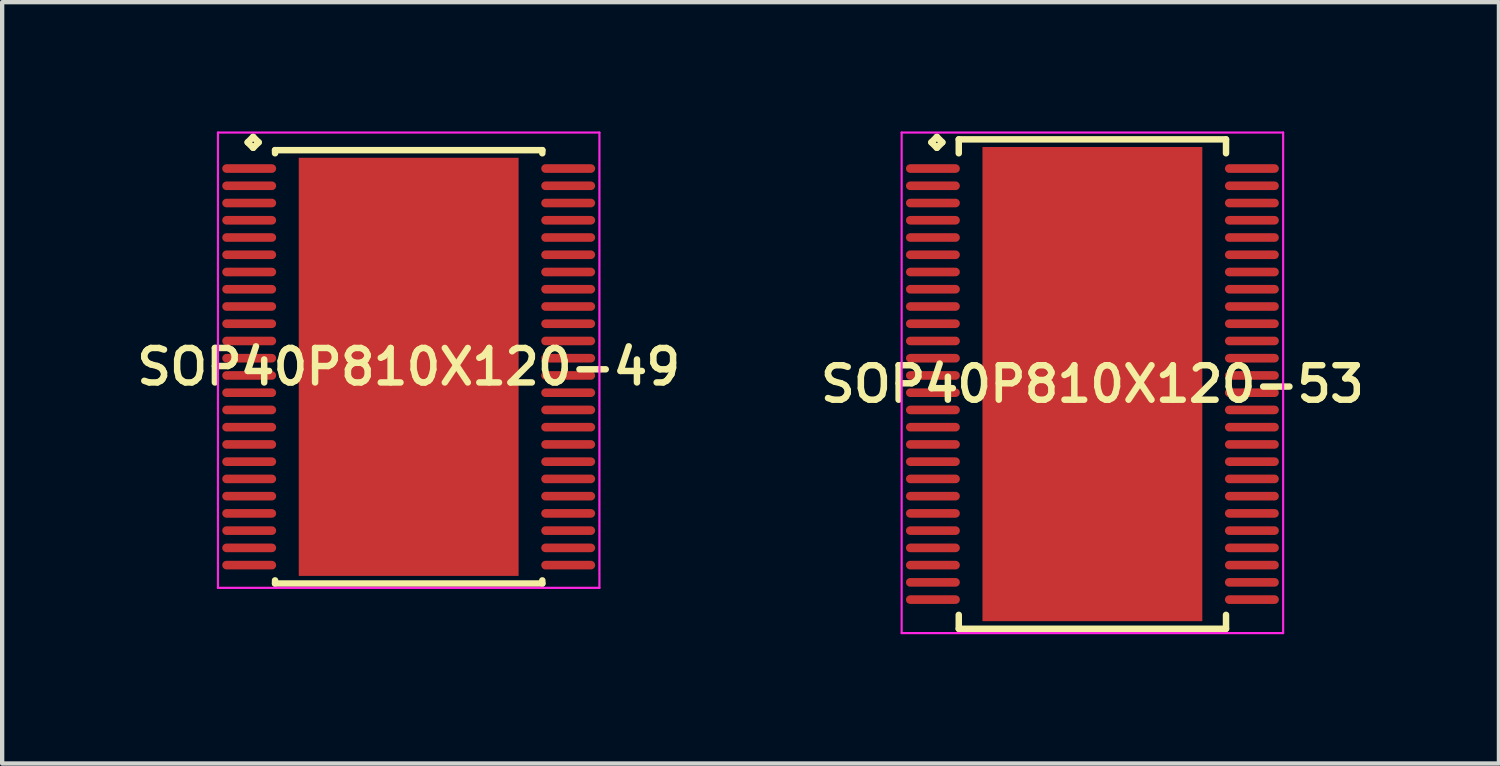
<source format=kicad_pcb>
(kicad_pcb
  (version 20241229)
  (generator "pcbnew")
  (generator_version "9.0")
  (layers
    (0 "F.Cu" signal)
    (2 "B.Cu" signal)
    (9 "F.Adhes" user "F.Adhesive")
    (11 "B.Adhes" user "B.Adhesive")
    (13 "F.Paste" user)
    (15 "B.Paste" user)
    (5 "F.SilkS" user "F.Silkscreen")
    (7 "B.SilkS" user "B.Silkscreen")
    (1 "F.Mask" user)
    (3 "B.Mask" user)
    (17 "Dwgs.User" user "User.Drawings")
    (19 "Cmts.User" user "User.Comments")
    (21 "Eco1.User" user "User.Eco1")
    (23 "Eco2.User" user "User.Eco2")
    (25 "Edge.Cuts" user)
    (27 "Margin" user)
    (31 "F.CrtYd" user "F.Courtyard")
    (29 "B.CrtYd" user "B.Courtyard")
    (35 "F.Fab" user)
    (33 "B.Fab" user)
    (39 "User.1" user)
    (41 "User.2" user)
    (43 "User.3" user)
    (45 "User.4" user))
  (footprint "SOP40P810X120-49"
    (layer "F.Cu")
    (at 6.431 5.46)
    (property "Reference" "SOP40P810X120-49" (at 0 0 0) (layer "F.SilkS") (effects (font (size 0.8 0.8) (thickness 0.15))))
    (attr smd)
    (fp_line (start -3.735 -5.208) (end -3.608 -5.335) (stroke (width 0.15) (type solid)) (layer "F.SilkS"))
    (fp_line (start -3.608 -5.335) (end -3.481 -5.208) (stroke (width 0.15) (type solid)) (layer "F.SilkS"))
    (fp_line (start -3.608 -5.081) (end -3.735 -5.208) (stroke (width 0.15) (type solid)) (layer "F.SilkS"))
    (fp_line (start -3.481 -5.208) (end -3.608 -5.081) (stroke (width 0.15) (type solid)) (layer "F.SilkS"))
    (fp_line (start -3.1 -5.027) (end 3.1 -5.027) (stroke (width 0.15) (type solid)) (layer "F.SilkS"))
    (fp_line (start -3.1 -4.954) (end -3.1 -5.027) (stroke (width 0.15) (type solid)) (layer "F.SilkS"))
    (fp_line (start -3.1 4.954) (end -3.1 5.027) (stroke (width 0.15) (type solid)) (layer "F.SilkS"))
    (fp_line (start -3.1 5.027) (end 3.1 5.027) (stroke (width 0.15) (type solid)) (layer "F.SilkS"))
    (fp_line (start 3.1 -5.027) (end 3.1 -4.954) (stroke (width 0.15) (type solid)) (layer "F.SilkS"))
    (fp_line (start 3.1 5.027) (end 3.1 4.954) (stroke (width 0.15) (type solid)) (layer "F.SilkS"))
    (fp_line (start -4.425 -5.435) (end 4.425 -5.435) (stroke (width 0.05) (type solid)) (layer "F.CrtYd"))
    (fp_line (start -4.425 5.127) (end -4.425 -5.435) (stroke (width 0.05) (type solid)) (layer "F.CrtYd"))
    (fp_line (start 4.425 -5.435) (end 4.425 5.127) (stroke (width 0.05) (type solid)) (layer "F.CrtYd"))
    (fp_line (start 4.425 5.127) (end -4.425 5.127) (stroke (width 0.05) (type solid)) (layer "F.CrtYd"))
    (pad "1" smd oval (at -3.7 -4.6) (size 1.25 0.2) (layers "F.Cu" "F.Mask" "F.Paste"))
    (pad "2" smd oval (at -3.7 -4.2) (size 1.25 0.2) (layers "F.Cu" "F.Mask" "F.Paste"))
    (pad "3" smd oval (at -3.7 -3.8) (size 1.25 0.2) (layers "F.Cu" "F.Mask" "F.Paste"))
    (pad "4" smd oval (at -3.7 -3.4) (size 1.25 0.2) (layers "F.Cu" "F.Mask" "F.Paste"))
    (pad "5" smd oval (at -3.7 -3) (size 1.25 0.2) (layers "F.Cu" "F.Mask" "F.Paste"))
    (pad "6" smd oval (at -3.7 -2.6) (size 1.25 0.2) (layers "F.Cu" "F.Mask" "F.Paste"))
    (pad "7" smd oval (at -3.7 -2.2) (size 1.25 0.2) (layers "F.Cu" "F.Mask" "F.Paste"))
    (pad "8" smd oval (at -3.7 -1.8) (size 1.25 0.2) (layers "F.Cu" "F.Mask" "F.Paste"))
    (pad "9" smd oval (at -3.7 -1.4) (size 1.25 0.2) (layers "F.Cu" "F.Mask" "F.Paste"))
    (pad "10" smd oval (at -3.7 -1) (size 1.25 0.2) (layers "F.Cu" "F.Mask" "F.Paste"))
    (pad "11" smd oval (at -3.7 -0.6) (size 1.25 0.2) (layers "F.Cu" "F.Mask" "F.Paste"))
    (pad "12" smd oval (at -3.7 -0.2) (size 1.25 0.2) (layers "F.Cu" "F.Mask" "F.Paste"))
    (pad "13" smd oval (at -3.7 0.2) (size 1.25 0.2) (layers "F.Cu" "F.Mask" "F.Paste"))
    (pad "14" smd oval (at -3.7 0.6) (size 1.25 0.2) (layers "F.Cu" "F.Mask" "F.Paste"))
    (pad "15" smd oval (at -3.7 1) (size 1.25 0.2) (layers "F.Cu" "F.Mask" "F.Paste"))
    (pad "16" smd oval (at -3.7 1.4) (size 1.25 0.2) (layers "F.Cu" "F.Mask" "F.Paste"))
    (pad "17" smd oval (at -3.7 1.8) (size 1.25 0.2) (layers "F.Cu" "F.Mask" "F.Paste"))
    (pad "18" smd oval (at -3.7 2.2) (size 1.25 0.2) (layers "F.Cu" "F.Mask" "F.Paste"))
    (pad "19" smd oval (at -3.7 2.6) (size 1.25 0.2) (layers "F.Cu" "F.Mask" "F.Paste"))
    (pad "20" smd oval (at -3.7 3) (size 1.25 0.2) (layers "F.Cu" "F.Mask" "F.Paste"))
    (pad "21" smd oval (at -3.7 3.4) (size 1.25 0.2) (layers "F.Cu" "F.Mask" "F.Paste"))
    (pad "22" smd oval (at -3.7 3.8) (size 1.25 0.2) (layers "F.Cu" "F.Mask" "F.Paste"))
    (pad "23" smd oval (at -3.7 4.2) (size 1.25 0.2) (layers "F.Cu" "F.Mask" "F.Paste"))
    (pad "24" smd oval (at -3.7 4.6) (size 1.25 0.2) (layers "F.Cu" "F.Mask" "F.Paste"))
    (pad "25" smd oval (at 3.7 4.6) (size 1.25 0.2) (layers "F.Cu" "F.Mask" "F.Paste"))
    (pad "26" smd oval (at 3.7 4.2) (size 1.25 0.2) (layers "F.Cu" "F.Mask" "F.Paste"))
    (pad "27" smd oval (at 3.7 3.8) (size 1.25 0.2) (layers "F.Cu" "F.Mask" "F.Paste"))
    (pad "28" smd oval (at 3.7 3.4) (size 1.25 0.2) (layers "F.Cu" "F.Mask" "F.Paste"))
    (pad "29" smd oval (at 3.7 3) (size 1.25 0.2) (layers "F.Cu" "F.Mask" "F.Paste"))
    (pad "30" smd oval (at 3.7 2.6) (size 1.25 0.2) (layers "F.Cu" "F.Mask" "F.Paste"))
    (pad "31" smd oval (at 3.7 2.2) (size 1.25 0.2) (layers "F.Cu" "F.Mask" "F.Paste"))
    (pad "32" smd oval (at 3.7 1.8) (size 1.25 0.2) (layers "F.Cu" "F.Mask" "F.Paste"))
    (pad "33" smd oval (at 3.7 1.4) (size 1.25 0.2) (layers "F.Cu" "F.Mask" "F.Paste"))
    (pad "34" smd oval (at 3.7 1) (size 1.25 0.2) (layers "F.Cu" "F.Mask" "F.Paste"))
    (pad "35" smd oval (at 3.7 0.6) (size 1.25 0.2) (layers "F.Cu" "F.Mask" "F.Paste"))
    (pad "36" smd oval (at 3.7 0.2) (size 1.25 0.2) (layers "F.Cu" "F.Mask" "F.Paste"))
    (pad "37" smd oval (at 3.7 -0.2) (size 1.25 0.2) (layers "F.Cu" "F.Mask" "F.Paste"))
    (pad "38" smd oval (at 3.7 -0.6) (size 1.25 0.2) (layers "F.Cu" "F.Mask" "F.Paste"))
    (pad "39" smd oval (at 3.7 -1) (size 1.25 0.2) (layers "F.Cu" "F.Mask" "F.Paste"))
    (pad "40" smd oval (at 3.7 -1.4) (size 1.25 0.2) (layers "F.Cu" "F.Mask" "F.Paste"))
    (pad "41" smd oval (at 3.7 -1.8) (size 1.25 0.2) (layers "F.Cu" "F.Mask" "F.Paste"))
    (pad "42" smd oval (at 3.7 -2.2) (size 1.25 0.2) (layers "F.Cu" "F.Mask" "F.Paste"))
    (pad "43" smd oval (at 3.7 -2.6) (size 1.25 0.2) (layers "F.Cu" "F.Mask" "F.Paste"))
    (pad "44" smd oval (at 3.7 -3) (size 1.25 0.2) (layers "F.Cu" "F.Mask" "F.Paste"))
    (pad "45" smd oval (at 3.7 -3.4) (size 1.25 0.2) (layers "F.Cu" "F.Mask" "F.Paste"))
    (pad "46" smd oval (at 3.7 -3.8) (size 1.25 0.2) (layers "F.Cu" "F.Mask" "F.Paste"))
    (pad "47" smd oval (at 3.7 -4.2) (size 1.25 0.2) (layers "F.Cu" "F.Mask" "F.Paste"))
    (pad "48" smd oval (at 3.7 -4.6) (size 1.25 0.2) (layers "F.Cu" "F.Mask" "F.Paste"))
    (pad "49" smd rect (at 0 0) (size 5.1 9.7) (layers "F.Cu" "F.Mask" "F.Paste")))
  (footprint "SOP40P810X120-53"
    (layer "F.Cu")
    (at 22.292 5.86)
    (property "Reference" "SOP40P810X120-53" (at 0 0 0) (layer "F.SilkS") (effects (font (size 0.8 0.8) (thickness 0.15))))
    (attr smd)
    (fp_line (start -3.735 -5.608) (end -3.608 -5.735) (stroke (width 0.15) (type solid)) (layer "F.SilkS"))
    (fp_line (start -3.608 -5.735) (end -3.481 -5.608) (stroke (width 0.15) (type solid)) (layer "F.SilkS"))
    (fp_line (start -3.608 -5.481) (end -3.735 -5.608) (stroke (width 0.15) (type solid)) (layer "F.SilkS"))
    (fp_line (start -3.481 -5.608) (end -3.608 -5.481) (stroke (width 0.15) (type solid)) (layer "F.SilkS"))
    (fp_line (start -3.1 -5.677) (end 3.1 -5.677) (stroke (width 0.15) (type solid)) (layer "F.SilkS"))
    (fp_line (start -3.1 -5.354) (end -3.1 -5.677) (stroke (width 0.15) (type solid)) (layer "F.SilkS"))
    (fp_line (start -3.1 5.354) (end -3.1 5.677) (stroke (width 0.15) (type solid)) (layer "F.SilkS"))
    (fp_line (start -3.1 5.677) (end 3.1 5.677) (stroke (width 0.15) (type solid)) (layer "F.SilkS"))
    (fp_line (start 3.1 -5.677) (end 3.1 -5.354) (stroke (width 0.15) (type solid)) (layer "F.SilkS"))
    (fp_line (start 3.1 5.677) (end 3.1 5.354) (stroke (width 0.15) (type solid)) (layer "F.SilkS"))
    (fp_line (start -4.425 -5.835) (end 4.425 -5.835) (stroke (width 0.05) (type solid)) (layer "F.CrtYd"))
    (fp_line (start -4.425 5.777) (end -4.425 -5.835) (stroke (width 0.05) (type solid)) (layer "F.CrtYd"))
    (fp_line (start 4.425 -5.835) (end 4.425 5.777) (stroke (width 0.05) (type solid)) (layer "F.CrtYd"))
    (fp_line (start 4.425 5.777) (end -4.425 5.777) (stroke (width 0.05) (type solid)) (layer "F.CrtYd"))
    (pad "1" smd oval (at -3.7 -5) (size 1.25 0.2) (layers "F.Cu" "F.Mask" "F.Paste"))
    (pad "2" smd oval (at -3.7 -4.6) (size 1.25 0.2) (layers "F.Cu" "F.Mask" "F.Paste"))
    (pad "3" smd oval (at -3.7 -4.2) (size 1.25 0.2) (layers "F.Cu" "F.Mask" "F.Paste"))
    (pad "4" smd oval (at -3.7 -3.8) (size 1.25 0.2) (layers "F.Cu" "F.Mask" "F.Paste"))
    (pad "5" smd oval (at -3.7 -3.4) (size 1.25 0.2) (layers "F.Cu" "F.Mask" "F.Paste"))
    (pad "6" smd oval (at -3.7 -3) (size 1.25 0.2) (layers "F.Cu" "F.Mask" "F.Paste"))
    (pad "7" smd oval (at -3.7 -2.6) (size 1.25 0.2) (layers "F.Cu" "F.Mask" "F.Paste"))
    (pad "8" smd oval (at -3.7 -2.2) (size 1.25 0.2) (layers "F.Cu" "F.Mask" "F.Paste"))
    (pad "9" smd oval (at -3.7 -1.8) (size 1.25 0.2) (layers "F.Cu" "F.Mask" "F.Paste"))
    (pad "10" smd oval (at -3.7 -1.4) (size 1.25 0.2) (layers "F.Cu" "F.Mask" "F.Paste"))
    (pad "11" smd oval (at -3.7 -1) (size 1.25 0.2) (layers "F.Cu" "F.Mask" "F.Paste"))
    (pad "12" smd oval (at -3.7 -0.6) (size 1.25 0.2) (layers "F.Cu" "F.Mask" "F.Paste"))
    (pad "13" smd oval (at -3.7 -0.2) (size 1.25 0.2) (layers "F.Cu" "F.Mask" "F.Paste"))
    (pad "14" smd oval (at -3.7 0.2) (size 1.25 0.2) (layers "F.Cu" "F.Mask" "F.Paste"))
    (pad "15" smd oval (at -3.7 0.6) (size 1.25 0.2) (layers "F.Cu" "F.Mask" "F.Paste"))
    (pad "16" smd oval (at -3.7 1) (size 1.25 0.2) (layers "F.Cu" "F.Mask" "F.Paste"))
    (pad "17" smd oval (at -3.7 1.4) (size 1.25 0.2) (layers "F.Cu" "F.Mask" "F.Paste"))
    (pad "18" smd oval (at -3.7 1.8) (size 1.25 0.2) (layers "F.Cu" "F.Mask" "F.Paste"))
    (pad "19" smd oval (at -3.7 2.2) (size 1.25 0.2) (layers "F.Cu" "F.Mask" "F.Paste"))
    (pad "20" smd oval (at -3.7 2.6) (size 1.25 0.2) (layers "F.Cu" "F.Mask" "F.Paste"))
    (pad "21" smd oval (at -3.7 3) (size 1.25 0.2) (layers "F.Cu" "F.Mask" "F.Paste"))
    (pad "22" smd oval (at -3.7 3.4) (size 1.25 0.2) (layers "F.Cu" "F.Mask" "F.Paste"))
    (pad "23" smd oval (at -3.7 3.8) (size 1.25 0.2) (layers "F.Cu" "F.Mask" "F.Paste"))
    (pad "24" smd oval (at -3.7 4.2) (size 1.25 0.2) (layers "F.Cu" "F.Mask" "F.Paste"))
    (pad "25" smd oval (at -3.7 4.6) (size 1.25 0.2) (layers "F.Cu" "F.Mask" "F.Paste"))
    (pad "26" smd oval (at -3.7 5) (size 1.25 0.2) (layers "F.Cu" "F.Mask" "F.Paste"))
    (pad "27" smd oval (at 3.7 5) (size 1.25 0.2) (layers "F.Cu" "F.Mask" "F.Paste"))
    (pad "28" smd oval (at 3.7 4.6) (size 1.25 0.2) (layers "F.Cu" "F.Mask" "F.Paste"))
    (pad "29" smd oval (at 3.7 4.2) (size 1.25 0.2) (layers "F.Cu" "F.Mask" "F.Paste"))
    (pad "30" smd oval (at 3.7 3.8) (size 1.25 0.2) (layers "F.Cu" "F.Mask" "F.Paste"))
    (pad "31" smd oval (at 3.7 3.4) (size 1.25 0.2) (layers "F.Cu" "F.Mask" "F.Paste"))
    (pad "32" smd oval (at 3.7 3) (size 1.25 0.2) (layers "F.Cu" "F.Mask" "F.Paste"))
    (pad "33" smd oval (at 3.7 2.6) (size 1.25 0.2) (layers "F.Cu" "F.Mask" "F.Paste"))
    (pad "34" smd oval (at 3.7 2.2) (size 1.25 0.2) (layers "F.Cu" "F.Mask" "F.Paste"))
    (pad "35" smd oval (at 3.7 1.8) (size 1.25 0.2) (layers "F.Cu" "F.Mask" "F.Paste"))
    (pad "36" smd oval (at 3.7 1.4) (size 1.25 0.2) (layers "F.Cu" "F.Mask" "F.Paste"))
    (pad "37" smd oval (at 3.7 1) (size 1.25 0.2) (layers "F.Cu" "F.Mask" "F.Paste"))
    (pad "38" smd oval (at 3.7 0.6) (size 1.25 0.2) (layers "F.Cu" "F.Mask" "F.Paste"))
    (pad "39" smd oval (at 3.7 0.2) (size 1.25 0.2) (layers "F.Cu" "F.Mask" "F.Paste"))
    (pad "40" smd oval (at 3.7 -0.2) (size 1.25 0.2) (layers "F.Cu" "F.Mask" "F.Paste"))
    (pad "41" smd oval (at 3.7 -0.6) (size 1.25 0.2) (layers "F.Cu" "F.Mask" "F.Paste"))
    (pad "42" smd oval (at 3.7 -1) (size 1.25 0.2) (layers "F.Cu" "F.Mask" "F.Paste"))
    (pad "43" smd oval (at 3.7 -1.4) (size 1.25 0.2) (layers "F.Cu" "F.Mask" "F.Paste"))
    (pad "44" smd oval (at 3.7 -1.8) (size 1.25 0.2) (layers "F.Cu" "F.Mask" "F.Paste"))
    (pad "45" smd oval (at 3.7 -2.2) (size 1.25 0.2) (layers "F.Cu" "F.Mask" "F.Paste"))
    (pad "46" smd oval (at 3.7 -2.6) (size 1.25 0.2) (layers "F.Cu" "F.Mask" "F.Paste"))
    (pad "47" smd oval (at 3.7 -3) (size 1.25 0.2) (layers "F.Cu" "F.Mask" "F.Paste"))
    (pad "48" smd oval (at 3.7 -3.4) (size 1.25 0.2) (layers "F.Cu" "F.Mask" "F.Paste"))
    (pad "49" smd oval (at 3.7 -3.8) (size 1.25 0.2) (layers "F.Cu" "F.Mask" "F.Paste"))
    (pad "50" smd oval (at 3.7 -4.2) (size 1.25 0.2) (layers "F.Cu" "F.Mask" "F.Paste"))
    (pad "51" smd oval (at 3.7 -4.6) (size 1.25 0.2) (layers "F.Cu" "F.Mask" "F.Paste"))
    (pad "52" smd oval (at 3.7 -5) (size 1.25 0.2) (layers "F.Cu" "F.Mask" "F.Paste"))
    (pad "53" smd rect (at 0 0) (size 5.1 11) (layers "F.Cu" "F.Mask" "F.Paste")))
  (gr_rect
    (start -3 -3)
    (end 31.723 14.662)
    (stroke (width 0.1) (type default))
    (fill no)
    (layer "Edge.Cuts")))
</source>
